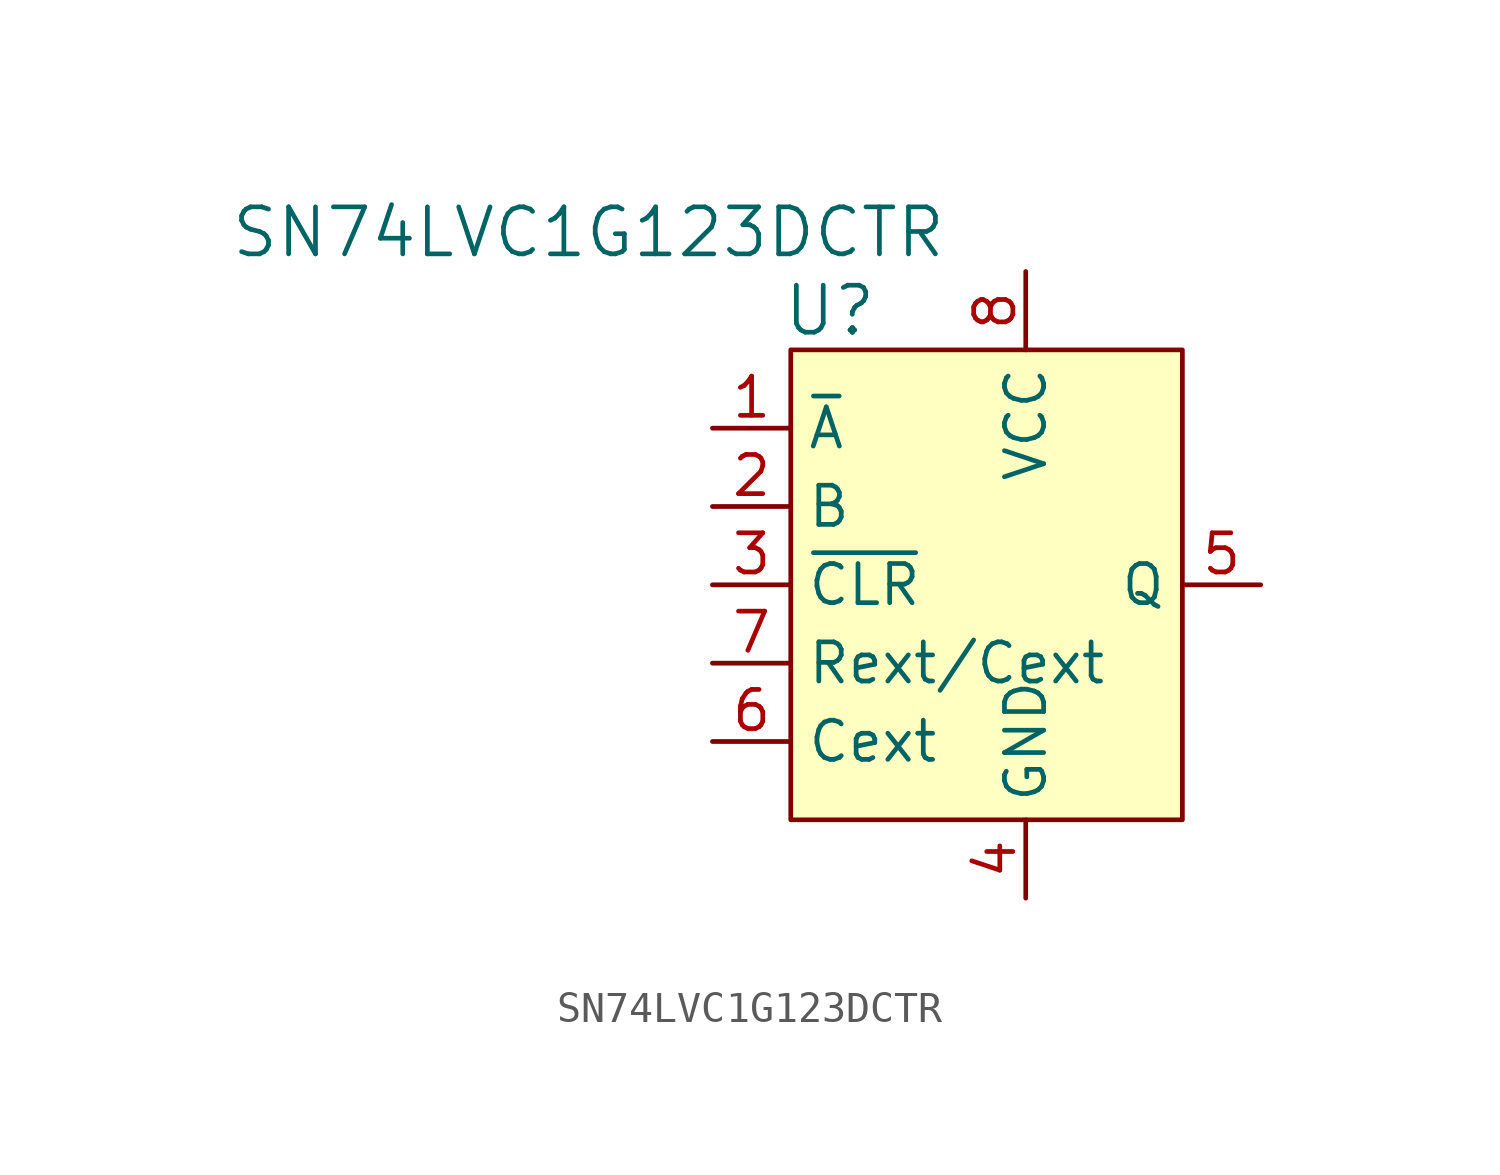
<source format=kicad_sym>
(kicad_symbol_lib
  (version 20231120)
  (generator "kicad_symbol_editor")
  (generator_version "8.0")
  (symbol "SN74LVC1G123DCTR"
    (property "Reference" "U"
      (at -6.35 6.35 0)
      (effects (font (size 1.524 1.524))))
    (property "Value" "SN74LVC1G123DCTR"
      (at -2.54 8.89 0)
      (effects (font (size 1.524 1.524)) (justify right)))
    (symbol "SN74LVC1G123DCTR_0_1"
      (rectangle (start -7.62 5.08) (end 5.08 -10.16) (stroke (width 0) (type solid)) (fill (type background))))
    (symbol "SN74LVC1G123DCTR_1_1"
      (pin input line (at -10.16 2.54 0) (length 2.54) (name "~{A}" (effects (font (size 1.27 1.27)))) (number "1" (effects (font (size 1.27 1.27)))))
      (pin input line (at -10.16 0 0) (length 2.54) (name "B" (effects (font (size 1.27 1.27)))) (number "2" (effects (font (size 1.27 1.27)))))
      (pin input line (at -10.16 -2.54 0) (length 2.54) (name "~{CLR}" (effects (font (size 1.27 1.27)))) (number "3" (effects (font (size 1.27 1.27)))))
      (pin power_in line (at 0 -12.7 90) (length 2.54) (name "GND" (effects (font (size 1.27 1.27)))) (number "4" (effects (font (size 1.27 1.27)))))
      (pin output line (at 7.62 -2.54 180) (length 2.54) (name "Q" (effects (font (size 1.27 1.27)))) (number "5" (effects (font (size 1.27 1.27)))))
      (pin passive line (at -10.16 -7.62 0) (length 2.54) (name "Cext" (effects (font (size 1.27 1.27)))) (number "6" (effects (font (size 1.27 1.27)))))
      (pin passive line (at -10.16 -5.08 0) (length 2.54) (name "Rext/Cext" (effects (font (size 1.27 1.27)))) (number "7" (effects (font (size 1.27 1.27)))))
      (pin power_in line (at 0 7.62 270) (length 2.54) (name "VCC" (effects (font (size 1.27 1.27)))) (number "8" (effects (font (size 1.27 1.27))))))))
</source>
